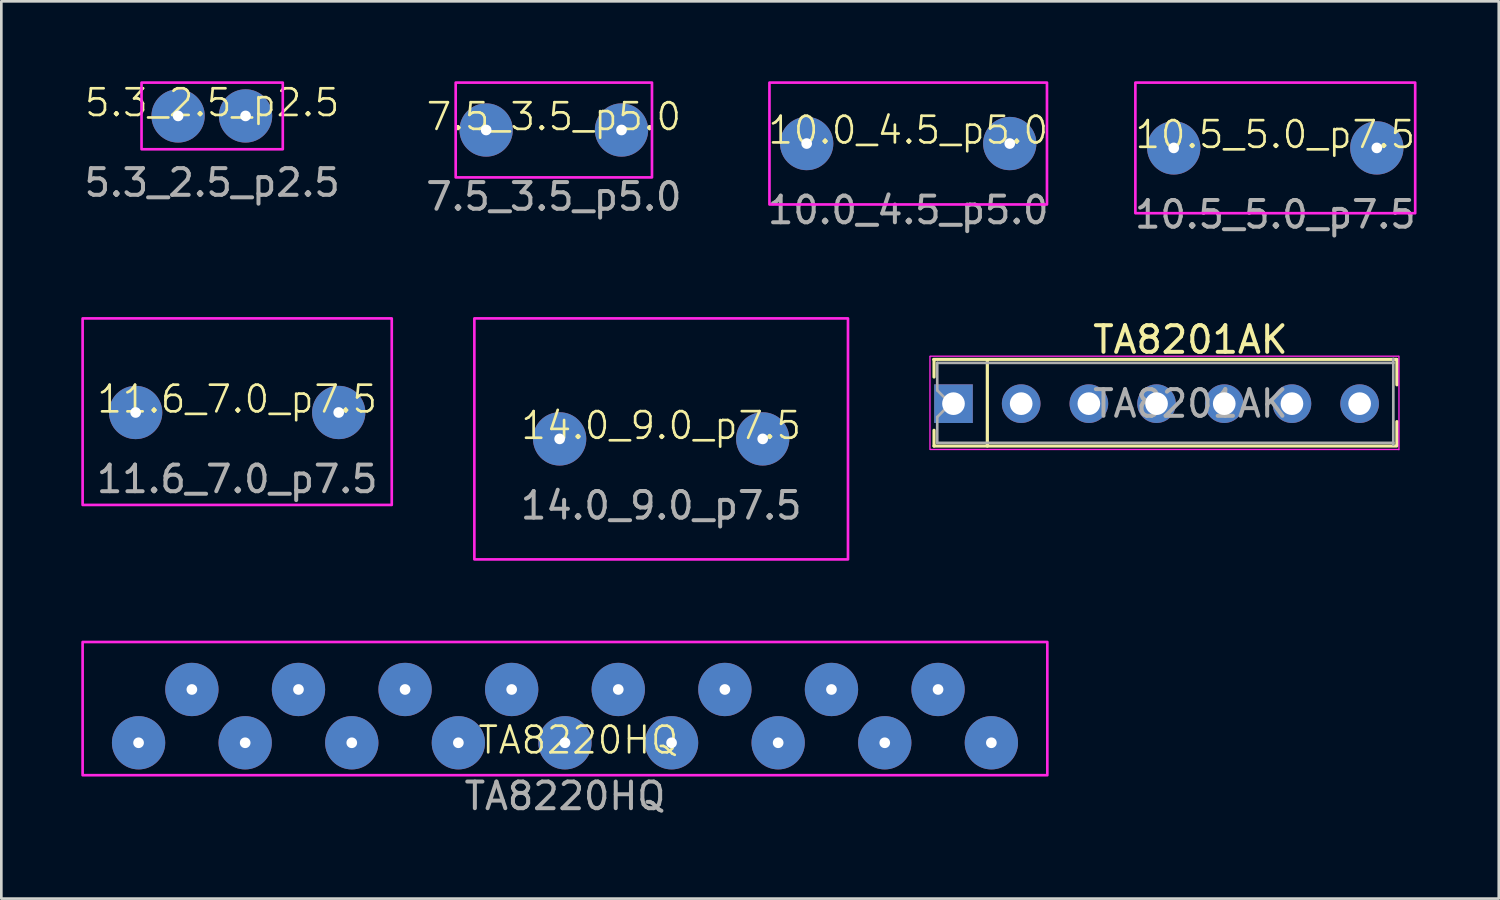
<source format=kicad_pcb>
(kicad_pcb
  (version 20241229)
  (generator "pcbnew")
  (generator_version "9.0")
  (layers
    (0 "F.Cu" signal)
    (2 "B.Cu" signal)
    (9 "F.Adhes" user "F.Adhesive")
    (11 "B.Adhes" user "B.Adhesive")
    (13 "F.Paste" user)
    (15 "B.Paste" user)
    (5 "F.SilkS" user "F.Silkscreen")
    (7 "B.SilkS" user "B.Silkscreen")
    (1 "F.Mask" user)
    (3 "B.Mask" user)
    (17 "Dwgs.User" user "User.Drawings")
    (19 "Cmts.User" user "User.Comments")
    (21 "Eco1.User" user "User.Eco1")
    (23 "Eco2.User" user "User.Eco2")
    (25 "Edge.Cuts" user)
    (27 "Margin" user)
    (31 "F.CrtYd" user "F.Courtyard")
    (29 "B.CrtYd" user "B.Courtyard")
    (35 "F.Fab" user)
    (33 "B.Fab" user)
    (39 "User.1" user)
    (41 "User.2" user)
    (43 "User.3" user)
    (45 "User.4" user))
  (footprint "10.5_5.0_p7.5"
    (layer "F.Cu")
    (at 44.804 2.5)
    (property "Reference" "10.5_5.0_p7.5" (at 0 -0.5 0) (unlocked yes) (layer "F.SilkS") (effects (font (size 1 1) (thickness 0.1))))
    (attr smd)
    (fp_rect (start -5.25 -2.45) (end 5.25 2.45) (stroke (width 0.1) (type solid)) (fill no) (layer "F.CrtYd"))
    (fp_text user "${REFERENCE}" (at 0 2.5 0) (unlocked yes) (layer "F.Fab") (effects (font (size 1 1) (thickness 0.15))))
    (pad "1" thru_hole circle (at -3.81 0) (size 2 2) (drill 0.4) (layers "*.Cu" "*.Mask"))
    (pad "2" thru_hole circle (at 3.81 0) (size 2 2) (drill 0.4) (layers "*.Cu" "*.Mask")))
  (footprint "5.3_2.5_p2.5"
    (layer "F.Cu")
    (at 4.911 1.305)
    (property "Reference" "5.3_2.5_p2.5" (at 0 -0.5 0) (unlocked yes) (layer "F.SilkS") (effects (font (size 1 1) (thickness 0.1))))
    (attr smd)
    (fp_rect (start -2.65 -1.255) (end 2.65 1.245) (stroke (width 0.1) (type solid)) (fill no) (layer "F.CrtYd"))
    (fp_text user "${REFERENCE}" (at 0 2.5 0) (unlocked yes) (layer "F.Fab") (effects (font (size 1 1) (thickness 0.15))))
    (pad "1" thru_hole circle (at -1.278 -0.005) (size 2 2) (drill 0.4) (layers "*.Cu" "*.Mask"))
    (pad "2" thru_hole circle (at 1.253 -0.005) (size 2 2) (drill 0.4) (layers "*.Cu" "*.Mask")))
  (footprint "7.5_3.5_p5.0"
    (layer "F.Cu")
    (at 17.732 1.828)
    (property "Reference" "7.5_3.5_p5.0" (at 0 -0.5 0) (unlocked yes) (layer "F.SilkS") (effects (font (size 1 1) (thickness 0.1))))
    (attr smd)
    (fp_rect (start -3.683 -1.778) (end 3.683 1.778) (stroke (width 0.1) (type solid)) (fill no) (layer "F.CrtYd"))
    (fp_text user "${REFERENCE}" (at 0 2.5 0) (unlocked yes) (layer "F.Fab") (effects (font (size 1 1) (thickness 0.15))))
    (pad "1" thru_hole circle (at -2.54 0) (size 2 2) (drill 0.4) (layers "*.Cu" "*.Mask"))
    (pad "2" thru_hole circle (at 2.54 0) (size 2 2) (drill 0.4) (layers "*.Cu" "*.Mask")))
  (footprint "11.6_7.0_p7.5"
    (layer "F.Cu")
    (at 5.85 12.428)
    (property "Reference" "11.6_7.0_p7.5" (at 0 -0.5 0) (unlocked yes) (layer "F.SilkS") (effects (font (size 1 1) (thickness 0.1))))
    (attr smd)
    (fp_rect (start -5.8 -3.53) (end 5.8 3.47) (stroke (width 0.1) (type solid)) (fill no) (layer "F.CrtYd"))
    (fp_text user "${REFERENCE}" (at 0 2.5 0) (unlocked yes) (layer "F.Fab") (effects (font (size 1 1) (thickness 0.15))))
    (pad "1" thru_hole circle (at -3.81 0) (size 2 2) (drill 0.4) (layers "*.Cu" "*.Mask"))
    (pad "2" thru_hole circle (at 3.81 0) (size 2 2) (drill 0.4) (layers "*.Cu" "*.Mask")))
  (footprint "14.0_9.0_p7.5"
    (layer "F.Cu")
    (at 21.76 13.419)
    (property "Reference" "14.0_9.0_p7.5" (at 0 -0.5 0) (unlocked yes) (layer "F.SilkS") (effects (font (size 1 1) (thickness 0.1))))
    (attr smd)
    (fp_rect (start -7.01 -4.521) (end 7.01 4.521) (stroke (width 0.1) (type solid)) (fill no) (layer "F.CrtYd"))
    (fp_text user "${REFERENCE}" (at 0 2.5 0) (unlocked yes) (layer "F.Fab") (effects (font (size 1 1) (thickness 0.15))))
    (pad "1" thru_hole circle (at -3.81 0) (size 2 2) (drill 0.4) (layers "*.Cu" "*.Mask"))
    (pad "2" thru_hole circle (at 3.81 0) (size 2 2) (drill 0.4) (layers "*.Cu" "*.Mask")))
  (footprint "TA8201AK"
    (layer "F.Cu")
    (at 40.39 12.002)
    (property "Reference" "TA8201AK" (at 1.229 -2.305 0) (layer "F.SilkS") (effects (font (size 1 1) (thickness 0.15))))
    (attr through_hole)
    (fp_line (start -8.391 -1.555) (end -8.391 -0.905) (stroke (width 0.12) (type solid)) (layer "F.SilkS"))
    (fp_line (start -8.391 1.685) (end -8.391 1.095) (stroke (width 0.12) (type solid)) (layer "F.SilkS"))
    (fp_line (start -6.391 1.685) (end -6.391 -1.555) (stroke (width 0.12) (type solid)) (layer "F.SilkS"))
    (fp_line (start 8.966 -1.567) (end -8.403 -1.567) (stroke (width 0.12) (type solid)) (layer "F.SilkS"))
    (fp_line (start 8.966 1.685) (end -8.391 1.685) (stroke (width 0.12) (type solid)) (layer "F.SilkS"))
    (fp_line (start 8.978 -1.562) (end 8.978 -0.612) (stroke (width 0.12) (type solid)) (layer "F.SilkS"))
    (fp_line (start 8.978 1.659) (end 8.978 0.769) (stroke (width 0.12) (type solid)) (layer "F.SilkS"))
    (fp_line (start -8.544 1.803) (end -8.544 -1.676) (stroke (width 0.05) (type solid)) (layer "F.CrtYd"))
    (fp_line (start -8.534 -1.685) (end 9.042 -1.685) (stroke (width 0.05) (type solid)) (layer "F.CrtYd"))
    (fp_line (start 9.042 1.815) (end -8.534 1.815) (stroke (width 0.05) (type solid)) (layer "F.CrtYd"))
    (fp_line (start 9.055 -1.684) (end 9.055 1.821) (stroke (width 0.05) (type solid)) (layer "F.CrtYd"))
    (fp_line (start -8.271 -1.435) (end -8.271 -0.405) (stroke (width 0.1) (type solid)) (layer "F.Fab"))
    (fp_line (start -8.271 -0.405) (end -7.771 0.095) (stroke (width 0.1) (type solid)) (layer "F.Fab"))
    (fp_line (start -8.271 0.595) (end -8.271 1.565) (stroke (width 0.1) (type solid)) (layer "F.Fab"))
    (fp_line (start -7.771 0.095) (end -8.271 0.595) (stroke (width 0.1) (type solid)) (layer "F.Fab"))
    (fp_line (start 8.843 -1.582) (end 8.843 1.634) (stroke (width 0.1) (type solid)) (layer "F.Fab"))
    (fp_line (start 8.849 -1.435) (end -8.271 -1.435) (stroke (width 0.1) (type solid)) (layer "F.Fab"))
    (fp_line (start 8.849 1.565) (end -8.271 1.565) (stroke (width 0.1) (type solid)) (layer "F.Fab"))
    (fp_text user "${REFERENCE}" (at 1.229 0.095 0) (layer "F.Fab") (effects (font (size 1 1) (thickness 0.15))))
    (pad "1" thru_hole rect (at -7.661 0.095 90) (size 1.45 1.45) (drill 0.85) (layers "*.Cu" "*.Mask"))
    (pad "2" thru_hole circle (at -5.121 0.095 90) (size 1.45 1.45) (drill 0.85) (layers "*.Cu" "*.Mask"))
    (pad "3" thru_hole circle (at -2.581 0.095 90) (size 1.45 1.45) (drill 0.85) (layers "*.Cu" "*.Mask"))
    (pad "4" thru_hole circle (at -0.041 0.095 90) (size 1.45 1.45) (drill 0.85) (layers "*.Cu" "*.Mask"))
    (pad "5" thru_hole circle (at 2.499 0.095 90) (size 1.45 1.45) (drill 0.85) (layers "*.Cu" "*.Mask"))
    (pad "6" thru_hole circle (at 5.039 0.095 90) (size 1.45 1.45) (drill 0.85) (layers "*.Cu" "*.Mask"))
    (pad "7" thru_hole circle (at 7.579 0.095 90) (size 1.45 1.45) (drill 0.85) (layers "*.Cu" "*.Mask")))
  (footprint "10.0_4.5_p5.0"
    (layer "F.Cu")
    (at 31.03 2.336)
    (property "Reference" "10.0_4.5_p5.0" (at 0 -0.5 0) (unlocked yes) (layer "F.SilkS") (effects (font (size 1 1) (thickness 0.1))))
    (attr smd)
    (fp_rect (start -5.207 -2.286) (end 5.207 2.286) (stroke (width 0.1) (type solid)) (fill no) (layer "F.CrtYd"))
    (fp_text user "${REFERENCE}" (at 0 2.5 0) (unlocked yes) (layer "F.Fab") (effects (font (size 1 1) (thickness 0.15))))
    (pad "1" thru_hole circle (at -3.81 0) (size 2 2) (drill 0.4) (layers "*.Cu" "*.Mask"))
    (pad "2" thru_hole circle (at 3.81 0) (size 2 2) (drill 0.4) (layers "*.Cu" "*.Mask")))
  (footprint "TA8220HQ"
    (layer "F.Cu")
    (at 18.15 24.822)
    (property "Reference" "TA8220HQ" (at 0.5 -0.1 0) (unlocked yes) (layer "F.SilkS") (effects (font (size 1 1) (thickness 0.1))))
    (attr smd)
    (fp_rect (start -18.1 -3.782) (end 18.1 1.218) (stroke (width 0.1) (type solid)) (fill no) (layer "F.CrtYd"))
    (fp_text user "${REFERENCE}" (at 0 2 0) (unlocked yes) (layer "F.Fab") (effects (font (size 1 1) (thickness 0.15))))
    (pad "1" thru_hole circle (at -16 0) (size 2 2) (drill 0.4) (layers "*.Cu" "*.Mask"))
    (pad "2" thru_hole circle (at -14 -2) (size 2 2) (drill 0.4) (layers "*.Cu" "*.Mask"))
    (pad "3" thru_hole circle (at -12 0) (size 2 2) (drill 0.4) (layers "*.Cu" "*.Mask"))
    (pad "4" thru_hole circle (at -10 -2) (size 2 2) (drill 0.4) (layers "*.Cu" "*.Mask"))
    (pad "5" thru_hole circle (at -8 0) (size 2 2) (drill 0.4) (layers "*.Cu" "*.Mask"))
    (pad "6" thru_hole circle (at -6 -2) (size 2 2) (drill 0.4) (layers "*.Cu" "*.Mask"))
    (pad "7" thru_hole circle (at -4 0) (size 2 2) (drill 0.4) (layers "*.Cu" "*.Mask"))
    (pad "8" thru_hole circle (at -2 -2) (size 2 2) (drill 0.4) (layers "*.Cu" "*.Mask"))
    (pad "9" thru_hole circle (at 0 0) (size 2 2) (drill 0.4) (layers "*.Cu" "*.Mask"))
    (pad "10" thru_hole circle (at 2 -2) (size 2 2) (drill 0.4) (layers "*.Cu" "*.Mask"))
    (pad "11" thru_hole circle (at 4 0) (size 2 2) (drill 0.4) (layers "*.Cu" "*.Mask"))
    (pad "12" thru_hole circle (at 6 -2) (size 2 2) (drill 0.4) (layers "*.Cu" "*.Mask"))
    (pad "13" thru_hole circle (at 8 0) (size 2 2) (drill 0.4) (layers "*.Cu" "*.Mask"))
    (pad "14" thru_hole circle (at 10 -2) (size 2 2) (drill 0.4) (layers "*.Cu" "*.Mask"))
    (pad "15" thru_hole circle (at 12 0) (size 2 2) (drill 0.4) (layers "*.Cu" "*.Mask"))
    (pad "16" thru_hole circle (at 14 -2) (size 2 2) (drill 0.4) (layers "*.Cu" "*.Mask"))
    (pad "17" thru_hole circle (at 16 0) (size 2 2) (drill 0.4) (layers "*.Cu" "*.Mask")))
  (gr_rect
    (start -3 -3)
    (end 53.19 30.67)
    (stroke (width 0.1) (type default))
    (fill no)
    (layer "Edge.Cuts")))
</source>
